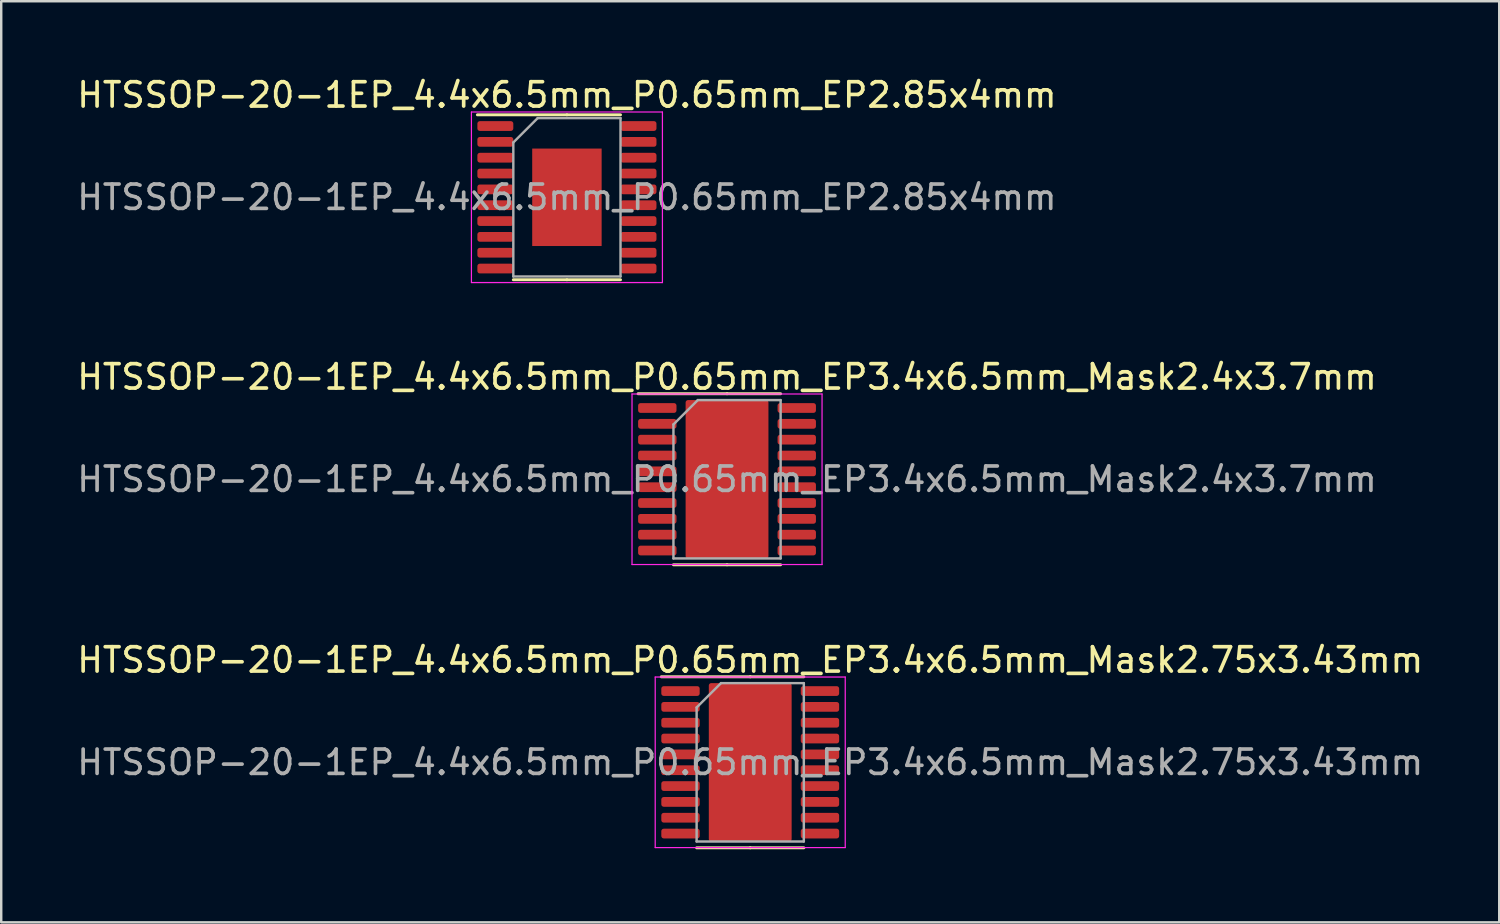
<source format=kicad_pcb>
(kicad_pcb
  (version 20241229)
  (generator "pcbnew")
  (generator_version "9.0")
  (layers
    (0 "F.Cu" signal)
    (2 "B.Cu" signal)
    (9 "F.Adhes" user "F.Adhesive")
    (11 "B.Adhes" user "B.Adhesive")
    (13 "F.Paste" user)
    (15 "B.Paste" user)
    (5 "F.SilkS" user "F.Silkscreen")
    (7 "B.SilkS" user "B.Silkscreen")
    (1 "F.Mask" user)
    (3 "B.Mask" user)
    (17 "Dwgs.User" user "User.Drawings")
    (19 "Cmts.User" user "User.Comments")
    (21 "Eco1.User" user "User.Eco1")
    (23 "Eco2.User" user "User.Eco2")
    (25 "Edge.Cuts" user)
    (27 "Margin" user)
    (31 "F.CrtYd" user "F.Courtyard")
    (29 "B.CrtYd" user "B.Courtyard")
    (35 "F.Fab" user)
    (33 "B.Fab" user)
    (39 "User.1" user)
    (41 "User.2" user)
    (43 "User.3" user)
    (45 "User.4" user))
  (footprint "HTSSOP-20-1EP_4.4x6.5mm_P0.65mm_EP2.85x4mm"
    (layer "F.Cu")
    (at 20.22 5.048)
    (property "Reference" "HTSSOP-20-1EP_4.4x6.5mm_P0.65mm_EP2.85x4mm" (at 0 -4.2 0) (layer "F.SilkS") (effects (font (size 1 1) (thickness 0.15))))
    (attr smd)
    (fp_line (start 0 -3.385) (end -3.675 -3.385) (stroke (width 0.12) (type solid)) (layer "F.SilkS"))
    (fp_line (start 0 -3.385) (end 2.2 -3.385) (stroke (width 0.12) (type solid)) (layer "F.SilkS"))
    (fp_line (start 0 3.385) (end -2.2 3.385) (stroke (width 0.12) (type solid)) (layer "F.SilkS"))
    (fp_line (start 0 3.385) (end 2.2 3.385) (stroke (width 0.12) (type solid)) (layer "F.SilkS"))
    (fp_line (start -3.92 -3.5) (end -3.92 3.5) (stroke (width 0.05) (type solid)) (layer "F.CrtYd"))
    (fp_line (start -3.92 3.5) (end 3.92 3.5) (stroke (width 0.05) (type solid)) (layer "F.CrtYd"))
    (fp_line (start 3.92 -3.5) (end -3.92 -3.5) (stroke (width 0.05) (type solid)) (layer "F.CrtYd"))
    (fp_line (start 3.92 3.5) (end 3.92 -3.5) (stroke (width 0.05) (type solid)) (layer "F.CrtYd"))
    (fp_line (start -2.2 -2.25) (end -1.2 -3.25) (stroke (width 0.1) (type solid)) (layer "F.Fab"))
    (fp_line (start -2.2 3.25) (end -2.2 -2.25) (stroke (width 0.1) (type solid)) (layer "F.Fab"))
    (fp_line (start -1.2 -3.25) (end 2.2 -3.25) (stroke (width 0.1) (type solid)) (layer "F.Fab"))
    (fp_line (start 2.2 -3.25) (end 2.2 3.25) (stroke (width 0.1) (type solid)) (layer "F.Fab"))
    (fp_line (start 2.2 3.25) (end -2.2 3.25) (stroke (width 0.1) (type solid)) (layer "F.Fab"))
    (fp_text user "${REFERENCE}" (at 0 0 0) (layer "F.Fab") (effects (font (size 1 1) (thickness 0.15))))
    (pad "" smd roundrect (at 0 -1) (size 2.3 1.61) (layers "F.Paste") (roundrect_rratio 0.155))
    (pad "" smd roundrect (at 0 1) (size 2.3 1.61) (layers "F.Paste") (roundrect_rratio 0.155))
    (pad "1" smd roundrect (at -2.938 -2.925) (size 1.475 0.4) (layers "F.Cu" "F.Mask" "F.Paste") (roundrect_rratio 0.25))
    (pad "2" smd roundrect (at -2.938 -2.275) (size 1.475 0.4) (layers "F.Cu" "F.Mask" "F.Paste") (roundrect_rratio 0.25))
    (pad "3" smd roundrect (at -2.938 -1.625) (size 1.475 0.4) (layers "F.Cu" "F.Mask" "F.Paste") (roundrect_rratio 0.25))
    (pad "4" smd roundrect (at -2.938 -0.975) (size 1.475 0.4) (layers "F.Cu" "F.Mask" "F.Paste") (roundrect_rratio 0.25))
    (pad "5" smd roundrect (at -2.938 -0.325) (size 1.475 0.4) (layers "F.Cu" "F.Mask" "F.Paste") (roundrect_rratio 0.25))
    (pad "6" smd roundrect (at -2.938 0.325) (size 1.475 0.4) (layers "F.Cu" "F.Mask" "F.Paste") (roundrect_rratio 0.25))
    (pad "7" smd roundrect (at -2.938 0.975) (size 1.475 0.4) (layers "F.Cu" "F.Mask" "F.Paste") (roundrect_rratio 0.25))
    (pad "8" smd roundrect (at -2.938 1.625) (size 1.475 0.4) (layers "F.Cu" "F.Mask" "F.Paste") (roundrect_rratio 0.25))
    (pad "9" smd roundrect (at -2.938 2.275) (size 1.475 0.4) (layers "F.Cu" "F.Mask" "F.Paste") (roundrect_rratio 0.25))
    (pad "10" smd roundrect (at -2.938 2.925) (size 1.475 0.4) (layers "F.Cu" "F.Mask" "F.Paste") (roundrect_rratio 0.25))
    (pad "11" smd roundrect (at 2.938 2.925) (size 1.475 0.4) (layers "F.Cu" "F.Mask" "F.Paste") (roundrect_rratio 0.25))
    (pad "12" smd roundrect (at 2.938 2.275) (size 1.475 0.4) (layers "F.Cu" "F.Mask" "F.Paste") (roundrect_rratio 0.25))
    (pad "13" smd roundrect (at 2.938 1.625) (size 1.475 0.4) (layers "F.Cu" "F.Mask" "F.Paste") (roundrect_rratio 0.25))
    (pad "14" smd roundrect (at 2.938 0.975) (size 1.475 0.4) (layers "F.Cu" "F.Mask" "F.Paste") (roundrect_rratio 0.25))
    (pad "15" smd roundrect (at 2.938 0.325) (size 1.475 0.4) (layers "F.Cu" "F.Mask" "F.Paste") (roundrect_rratio 0.25))
    (pad "16" smd roundrect (at 2.938 -0.325) (size 1.475 0.4) (layers "F.Cu" "F.Mask" "F.Paste") (roundrect_rratio 0.25))
    (pad "17" smd roundrect (at 2.938 -0.975) (size 1.475 0.4) (layers "F.Cu" "F.Mask" "F.Paste") (roundrect_rratio 0.25))
    (pad "18" smd roundrect (at 2.938 -1.625) (size 1.475 0.4) (layers "F.Cu" "F.Mask" "F.Paste") (roundrect_rratio 0.25))
    (pad "19" smd roundrect (at 2.938 -2.275) (size 1.475 0.4) (layers "F.Cu" "F.Mask" "F.Paste") (roundrect_rratio 0.25))
    (pad "20" smd roundrect (at 2.938 -2.925) (size 1.475 0.4) (layers "F.Cu" "F.Mask" "F.Paste") (roundrect_rratio 0.25))
    (pad "21" smd rect (at 0 0) (size 2.85 4) (layers "F.Cu" "F.Mask")))
  (footprint "HTSSOP-20-1EP_4.4x6.5mm_P0.65mm_EP3.4x6.5mm_Mask2.75x3.43mm"
    (layer "F.Cu")
    (at 27.744 28.24)
    (property "Reference" "HTSSOP-20-1EP_4.4x6.5mm_P0.65mm_EP3.4x6.5mm_Mask2.75x3.43mm" (at 0 -4.2 0) (layer "F.SilkS") (effects (font (size 1 1) (thickness 0.15))))
    (attr smd)
    (fp_line (start 0 -3.51) (end -3.65 -3.51) (stroke (width 0.12) (type solid)) (layer "F.SilkS"))
    (fp_line (start 0 -3.51) (end 2.2 -3.51) (stroke (width 0.12) (type solid)) (layer "F.SilkS"))
    (fp_line (start 0 3.51) (end -2.2 3.51) (stroke (width 0.12) (type solid)) (layer "F.SilkS"))
    (fp_line (start 0 3.51) (end 2.2 3.51) (stroke (width 0.12) (type solid)) (layer "F.SilkS"))
    (fp_line (start -3.9 -3.5) (end -3.9 3.5) (stroke (width 0.05) (type solid)) (layer "F.CrtYd"))
    (fp_line (start -3.9 3.5) (end 3.9 3.5) (stroke (width 0.05) (type solid)) (layer "F.CrtYd"))
    (fp_line (start 3.9 -3.5) (end -3.9 -3.5) (stroke (width 0.05) (type solid)) (layer "F.CrtYd"))
    (fp_line (start 3.9 3.5) (end 3.9 -3.5) (stroke (width 0.05) (type solid)) (layer "F.CrtYd"))
    (fp_line (start -2.2 -2.25) (end -1.2 -3.25) (stroke (width 0.1) (type solid)) (layer "F.Fab"))
    (fp_line (start -2.2 3.25) (end -2.2 -2.25) (stroke (width 0.1) (type solid)) (layer "F.Fab"))
    (fp_line (start -1.2 -3.25) (end 2.2 -3.25) (stroke (width 0.1) (type solid)) (layer "F.Fab"))
    (fp_line (start 2.2 -3.25) (end 2.2 3.25) (stroke (width 0.1) (type solid)) (layer "F.Fab"))
    (fp_line (start 2.2 3.25) (end -2.2 3.25) (stroke (width 0.1) (type solid)) (layer "F.Fab"))
    (fp_text user "${REFERENCE}" (at 0 0 0) (layer "F.Fab") (effects (font (size 1 1) (thickness 0.15))))
    (pad "" smd roundrect (at -0.69 -0.86) (size 1.11 1.38) (layers "F.Paste") (roundrect_rratio 0.225))
    (pad "" smd roundrect (at -0.69 0.86) (size 1.11 1.38) (layers "F.Paste") (roundrect_rratio 0.225))
    (pad "" smd roundrect (at 0 0) (size 2.75 3.43) (layers "F.Mask") (roundrect_rratio 0.036))
    (pad "" smd roundrect (at 0.69 -0.86) (size 1.11 1.38) (layers "F.Paste") (roundrect_rratio 0.225))
    (pad "" smd roundrect (at 0.69 0.86) (size 1.11 1.38) (layers "F.Paste") (roundrect_rratio 0.225))
    (pad "1" smd roundrect (at -2.862 -2.925) (size 1.575 0.4) (layers "F.Cu" "F.Mask" "F.Paste") (roundrect_rratio 0.25))
    (pad "2" smd roundrect (at -2.862 -2.275) (size 1.575 0.4) (layers "F.Cu" "F.Mask" "F.Paste") (roundrect_rratio 0.25))
    (pad "3" smd roundrect (at -2.862 -1.625) (size 1.575 0.4) (layers "F.Cu" "F.Mask" "F.Paste") (roundrect_rratio 0.25))
    (pad "4" smd roundrect (at -2.862 -0.975) (size 1.575 0.4) (layers "F.Cu" "F.Mask" "F.Paste") (roundrect_rratio 0.25))
    (pad "5" smd roundrect (at -2.862 -0.325) (size 1.575 0.4) (layers "F.Cu" "F.Mask" "F.Paste") (roundrect_rratio 0.25))
    (pad "6" smd roundrect (at -2.862 0.325) (size 1.575 0.4) (layers "F.Cu" "F.Mask" "F.Paste") (roundrect_rratio 0.25))
    (pad "7" smd roundrect (at -2.862 0.975) (size 1.575 0.4) (layers "F.Cu" "F.Mask" "F.Paste") (roundrect_rratio 0.25))
    (pad "8" smd roundrect (at -2.862 1.625) (size 1.575 0.4) (layers "F.Cu" "F.Mask" "F.Paste") (roundrect_rratio 0.25))
    (pad "9" smd roundrect (at -2.862 2.275) (size 1.575 0.4) (layers "F.Cu" "F.Mask" "F.Paste") (roundrect_rratio 0.25))
    (pad "10" smd roundrect (at -2.862 2.925) (size 1.575 0.4) (layers "F.Cu" "F.Mask" "F.Paste") (roundrect_rratio 0.25))
    (pad "11" smd roundrect (at 2.862 2.925) (size 1.575 0.4) (layers "F.Cu" "F.Mask" "F.Paste") (roundrect_rratio 0.25))
    (pad "12" smd roundrect (at 2.862 2.275) (size 1.575 0.4) (layers "F.Cu" "F.Mask" "F.Paste") (roundrect_rratio 0.25))
    (pad "13" smd roundrect (at 2.862 1.625) (size 1.575 0.4) (layers "F.Cu" "F.Mask" "F.Paste") (roundrect_rratio 0.25))
    (pad "14" smd roundrect (at 2.862 0.975) (size 1.575 0.4) (layers "F.Cu" "F.Mask" "F.Paste") (roundrect_rratio 0.25))
    (pad "15" smd roundrect (at 2.862 0.325) (size 1.575 0.4) (layers "F.Cu" "F.Mask" "F.Paste") (roundrect_rratio 0.25))
    (pad "16" smd roundrect (at 2.862 -0.325) (size 1.575 0.4) (layers "F.Cu" "F.Mask" "F.Paste") (roundrect_rratio 0.25))
    (pad "17" smd roundrect (at 2.862 -0.975) (size 1.575 0.4) (layers "F.Cu" "F.Mask" "F.Paste") (roundrect_rratio 0.25))
    (pad "18" smd roundrect (at 2.862 -1.625) (size 1.575 0.4) (layers "F.Cu" "F.Mask" "F.Paste") (roundrect_rratio 0.25))
    (pad "19" smd roundrect (at 2.862 -2.275) (size 1.575 0.4) (layers "F.Cu" "F.Mask" "F.Paste") (roundrect_rratio 0.25))
    (pad "20" smd roundrect (at 2.862 -2.925) (size 1.575 0.4) (layers "F.Cu" "F.Mask" "F.Paste") (roundrect_rratio 0.25))
    (pad "21" smd roundrect (at 0 0) (size 3.4 6.5) (layers "F.Cu") (roundrect_rratio 0.029)))
  (footprint "HTSSOP-20-1EP_4.4x6.5mm_P0.65mm_EP3.4x6.5mm_Mask2.4x3.7mm"
    (layer "F.Cu")
    (at 26.792 16.622)
    (property "Reference" "HTSSOP-20-1EP_4.4x6.5mm_P0.65mm_EP3.4x6.5mm_Mask2.4x3.7mm" (at 0 -4.2 0) (layer "F.SilkS") (effects (font (size 1 1) (thickness 0.15))))
    (attr smd)
    (fp_line (start 0 -3.51) (end -3.65 -3.51) (stroke (width 0.12) (type solid)) (layer "F.SilkS"))
    (fp_line (start 0 -3.51) (end 2.2 -3.51) (stroke (width 0.12) (type solid)) (layer "F.SilkS"))
    (fp_line (start 0 3.51) (end -2.2 3.51) (stroke (width 0.12) (type solid)) (layer "F.SilkS"))
    (fp_line (start 0 3.51) (end 2.2 3.51) (stroke (width 0.12) (type solid)) (layer "F.SilkS"))
    (fp_line (start -3.9 -3.5) (end -3.9 3.5) (stroke (width 0.05) (type solid)) (layer "F.CrtYd"))
    (fp_line (start -3.9 3.5) (end 3.9 3.5) (stroke (width 0.05) (type solid)) (layer "F.CrtYd"))
    (fp_line (start 3.9 -3.5) (end -3.9 -3.5) (stroke (width 0.05) (type solid)) (layer "F.CrtYd"))
    (fp_line (start 3.9 3.5) (end 3.9 -3.5) (stroke (width 0.05) (type solid)) (layer "F.CrtYd"))
    (fp_line (start -2.2 -2.25) (end -1.2 -3.25) (stroke (width 0.1) (type solid)) (layer "F.Fab"))
    (fp_line (start -2.2 3.25) (end -2.2 -2.25) (stroke (width 0.1) (type solid)) (layer "F.Fab"))
    (fp_line (start -1.2 -3.25) (end 2.2 -3.25) (stroke (width 0.1) (type solid)) (layer "F.Fab"))
    (fp_line (start 2.2 -3.25) (end 2.2 3.25) (stroke (width 0.1) (type solid)) (layer "F.Fab"))
    (fp_line (start 2.2 3.25) (end -2.2 3.25) (stroke (width 0.1) (type solid)) (layer "F.Fab"))
    (fp_text user "${REFERENCE}" (at 0 0 0) (layer "F.Fab") (effects (font (size 1 1) (thickness 0.15))))
    (pad "" smd roundrect (at 0 -0.925) (size 1.93 1.49) (layers "F.Paste") (roundrect_rratio 0.168))
    (pad "" smd roundrect (at 0 0) (size 2.4 3.7) (layers "F.Mask") (roundrect_rratio 0.042))
    (pad "" smd roundrect (at 0 0.925) (size 1.93 1.49) (layers "F.Paste") (roundrect_rratio 0.168))
    (pad "1" smd roundrect (at -2.862 -2.925) (size 1.575 0.4) (layers "F.Cu" "F.Mask" "F.Paste") (roundrect_rratio 0.25))
    (pad "2" smd roundrect (at -2.862 -2.275) (size 1.575 0.4) (layers "F.Cu" "F.Mask" "F.Paste") (roundrect_rratio 0.25))
    (pad "3" smd roundrect (at -2.862 -1.625) (size 1.575 0.4) (layers "F.Cu" "F.Mask" "F.Paste") (roundrect_rratio 0.25))
    (pad "4" smd roundrect (at -2.862 -0.975) (size 1.575 0.4) (layers "F.Cu" "F.Mask" "F.Paste") (roundrect_rratio 0.25))
    (pad "5" smd roundrect (at -2.862 -0.325) (size 1.575 0.4) (layers "F.Cu" "F.Mask" "F.Paste") (roundrect_rratio 0.25))
    (pad "6" smd roundrect (at -2.862 0.325) (size 1.575 0.4) (layers "F.Cu" "F.Mask" "F.Paste") (roundrect_rratio 0.25))
    (pad "7" smd roundrect (at -2.862 0.975) (size 1.575 0.4) (layers "F.Cu" "F.Mask" "F.Paste") (roundrect_rratio 0.25))
    (pad "8" smd roundrect (at -2.862 1.625) (size 1.575 0.4) (layers "F.Cu" "F.Mask" "F.Paste") (roundrect_rratio 0.25))
    (pad "9" smd roundrect (at -2.862 2.275) (size 1.575 0.4) (layers "F.Cu" "F.Mask" "F.Paste") (roundrect_rratio 0.25))
    (pad "10" smd roundrect (at -2.862 2.925) (size 1.575 0.4) (layers "F.Cu" "F.Mask" "F.Paste") (roundrect_rratio 0.25))
    (pad "11" smd roundrect (at 2.862 2.925) (size 1.575 0.4) (layers "F.Cu" "F.Mask" "F.Paste") (roundrect_rratio 0.25))
    (pad "12" smd roundrect (at 2.862 2.275) (size 1.575 0.4) (layers "F.Cu" "F.Mask" "F.Paste") (roundrect_rratio 0.25))
    (pad "13" smd roundrect (at 2.862 1.625) (size 1.575 0.4) (layers "F.Cu" "F.Mask" "F.Paste") (roundrect_rratio 0.25))
    (pad "14" smd roundrect (at 2.862 0.975) (size 1.575 0.4) (layers "F.Cu" "F.Mask" "F.Paste") (roundrect_rratio 0.25))
    (pad "15" smd roundrect (at 2.862 0.325) (size 1.575 0.4) (layers "F.Cu" "F.Mask" "F.Paste") (roundrect_rratio 0.25))
    (pad "16" smd roundrect (at 2.862 -0.325) (size 1.575 0.4) (layers "F.Cu" "F.Mask" "F.Paste") (roundrect_rratio 0.25))
    (pad "17" smd roundrect (at 2.862 -0.975) (size 1.575 0.4) (layers "F.Cu" "F.Mask" "F.Paste") (roundrect_rratio 0.25))
    (pad "18" smd roundrect (at 2.862 -1.625) (size 1.575 0.4) (layers "F.Cu" "F.Mask" "F.Paste") (roundrect_rratio 0.25))
    (pad "19" smd roundrect (at 2.862 -2.275) (size 1.575 0.4) (layers "F.Cu" "F.Mask" "F.Paste") (roundrect_rratio 0.25))
    (pad "20" smd roundrect (at 2.862 -2.925) (size 1.575 0.4) (layers "F.Cu" "F.Mask" "F.Paste") (roundrect_rratio 0.25))
    (pad "21" smd roundrect (at 0 0) (size 3.4 6.5) (layers "F.Cu") (roundrect_rratio 0.029)))
  (gr_rect
    (start -3 -3)
    (end 58.488 34.81)
    (stroke (width 0.1) (type default))
    (fill no)
    (layer "Edge.Cuts")))
</source>
